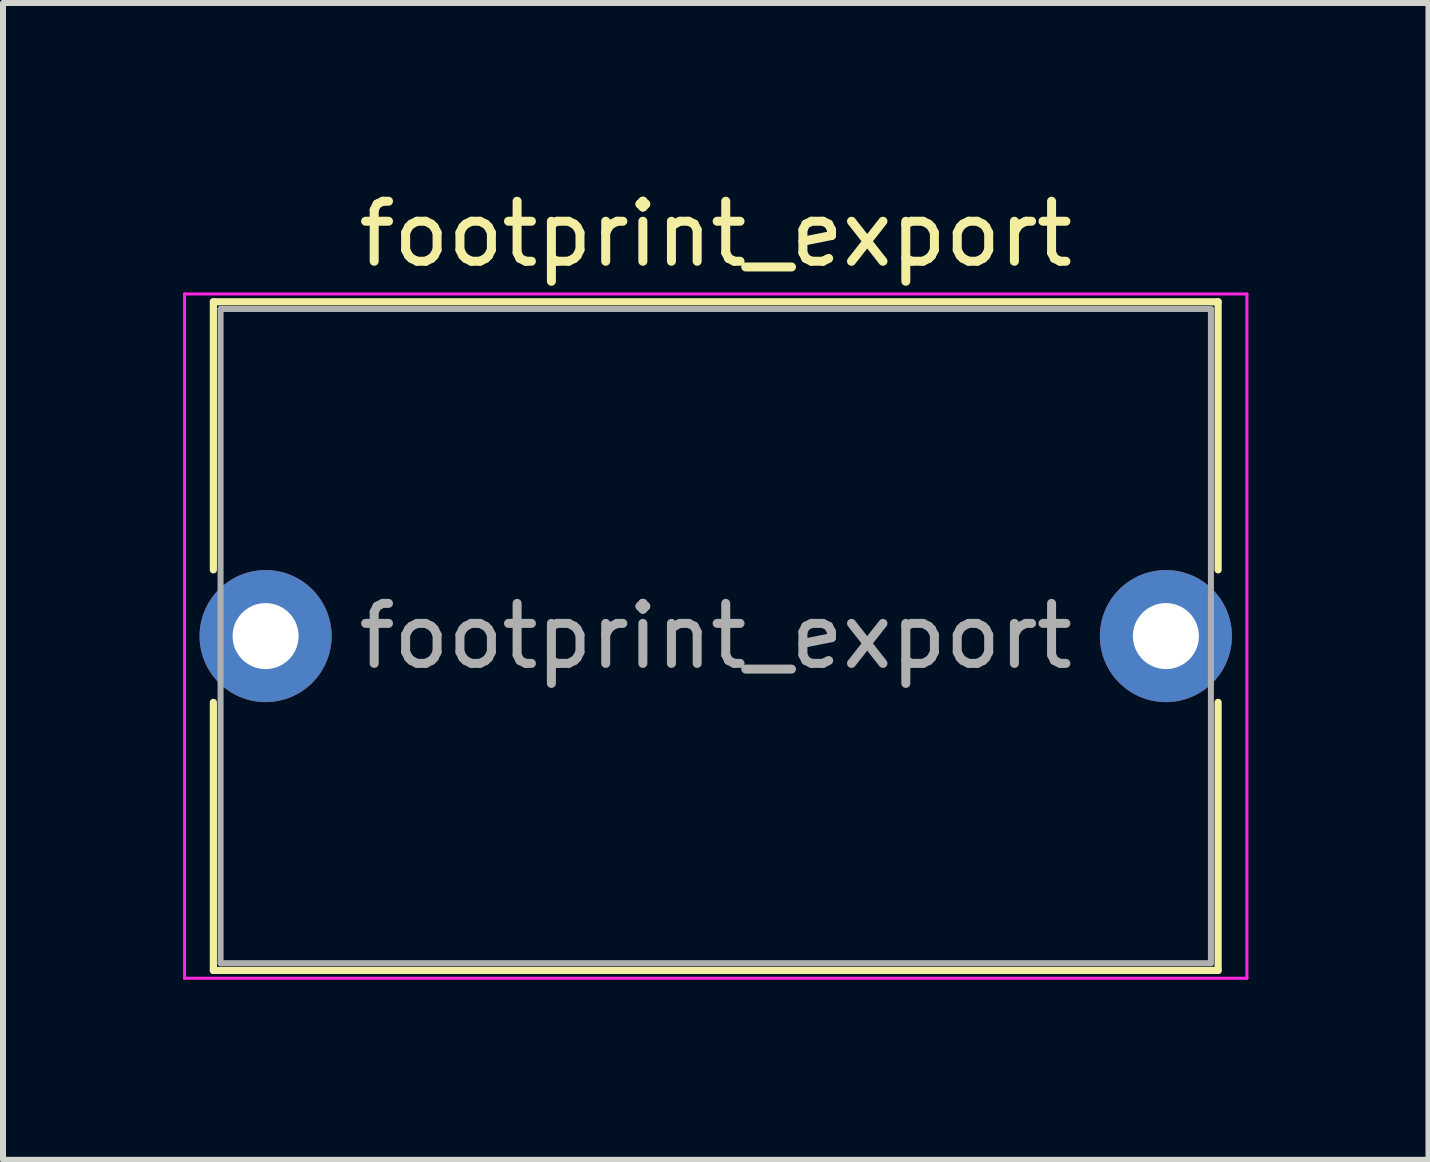
<source format=kicad_pcb>
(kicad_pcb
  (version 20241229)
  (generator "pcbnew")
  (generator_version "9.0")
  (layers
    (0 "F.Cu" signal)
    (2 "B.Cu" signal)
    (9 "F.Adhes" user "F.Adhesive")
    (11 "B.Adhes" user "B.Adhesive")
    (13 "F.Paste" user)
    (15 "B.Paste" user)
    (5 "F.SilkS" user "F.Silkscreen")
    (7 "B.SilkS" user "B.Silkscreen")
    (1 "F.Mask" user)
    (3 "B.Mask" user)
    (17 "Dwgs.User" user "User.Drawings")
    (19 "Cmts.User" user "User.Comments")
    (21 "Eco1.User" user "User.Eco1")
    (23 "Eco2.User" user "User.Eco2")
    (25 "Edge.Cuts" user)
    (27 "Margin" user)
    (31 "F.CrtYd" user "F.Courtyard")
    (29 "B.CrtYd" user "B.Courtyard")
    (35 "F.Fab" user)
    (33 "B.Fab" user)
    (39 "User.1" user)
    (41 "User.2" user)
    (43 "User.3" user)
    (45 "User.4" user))
  (footprint "footprint_export"
    (layer "F.Cu")
    (at 1.375 7.548)
    (property "Reference" "footprint_export" (at 7.5 -6.7 0) (layer "F.SilkS") (effects (font (size 1 1) (thickness 0.15))))
    (attr through_hole)
    (fp_line (start -0.87 -5.57) (end -0.87 -1.104) (stroke (width 0.12) (type solid)) (layer "F.SilkS"))
    (fp_line (start -0.87 -5.57) (end 15.87 -5.57) (stroke (width 0.12) (type solid)) (layer "F.SilkS"))
    (fp_line (start -0.87 1.104) (end -0.87 5.57) (stroke (width 0.12) (type solid)) (layer "F.SilkS"))
    (fp_line (start -0.87 5.57) (end 15.87 5.57) (stroke (width 0.12) (type solid)) (layer "F.SilkS"))
    (fp_line (start 15.87 -5.57) (end 15.87 -1.104) (stroke (width 0.12) (type solid)) (layer "F.SilkS"))
    (fp_line (start 15.87 1.104) (end 15.87 5.57) (stroke (width 0.12) (type solid)) (layer "F.SilkS"))
    (fp_line (start -1.35 -5.7) (end -1.35 5.7) (stroke (width 0.05) (type solid)) (layer "F.CrtYd"))
    (fp_line (start -1.35 5.7) (end 16.35 5.7) (stroke (width 0.05) (type solid)) (layer "F.CrtYd"))
    (fp_line (start 16.35 -5.7) (end -1.35 -5.7) (stroke (width 0.05) (type solid)) (layer "F.CrtYd"))
    (fp_line (start 16.35 5.7) (end 16.35 -5.7) (stroke (width 0.05) (type solid)) (layer "F.CrtYd"))
    (fp_line (start -0.75 -5.45) (end -0.75 5.45) (stroke (width 0.1) (type solid)) (layer "F.Fab"))
    (fp_line (start -0.75 5.45) (end 15.75 5.45) (stroke (width 0.1) (type solid)) (layer "F.Fab"))
    (fp_line (start 15.75 -5.45) (end -0.75 -5.45) (stroke (width 0.1) (type solid)) (layer "F.Fab"))
    (fp_line (start 15.75 5.45) (end 15.75 -5.45) (stroke (width 0.1) (type solid)) (layer "F.Fab"))
    (fp_text user "${REFERENCE}" (at 7.5 0 0) (layer "F.Fab") (effects (font (size 1 1) (thickness 0.15))))
    (pad "1" thru_hole circle (at 0 0) (size 2.2 2.2) (drill 1.1) (layers "*.Cu" "*.Mask"))
    (pad "2" thru_hole circle (at 15 0) (size 2.2 2.2) (drill 1.1) (layers "*.Cu" "*.Mask")))
  (gr_rect
    (start -3 -3)
    (end 20.75 16.273)
    (stroke (width 0.1) (type default))
    (fill no)
    (layer "Edge.Cuts")))
</source>
